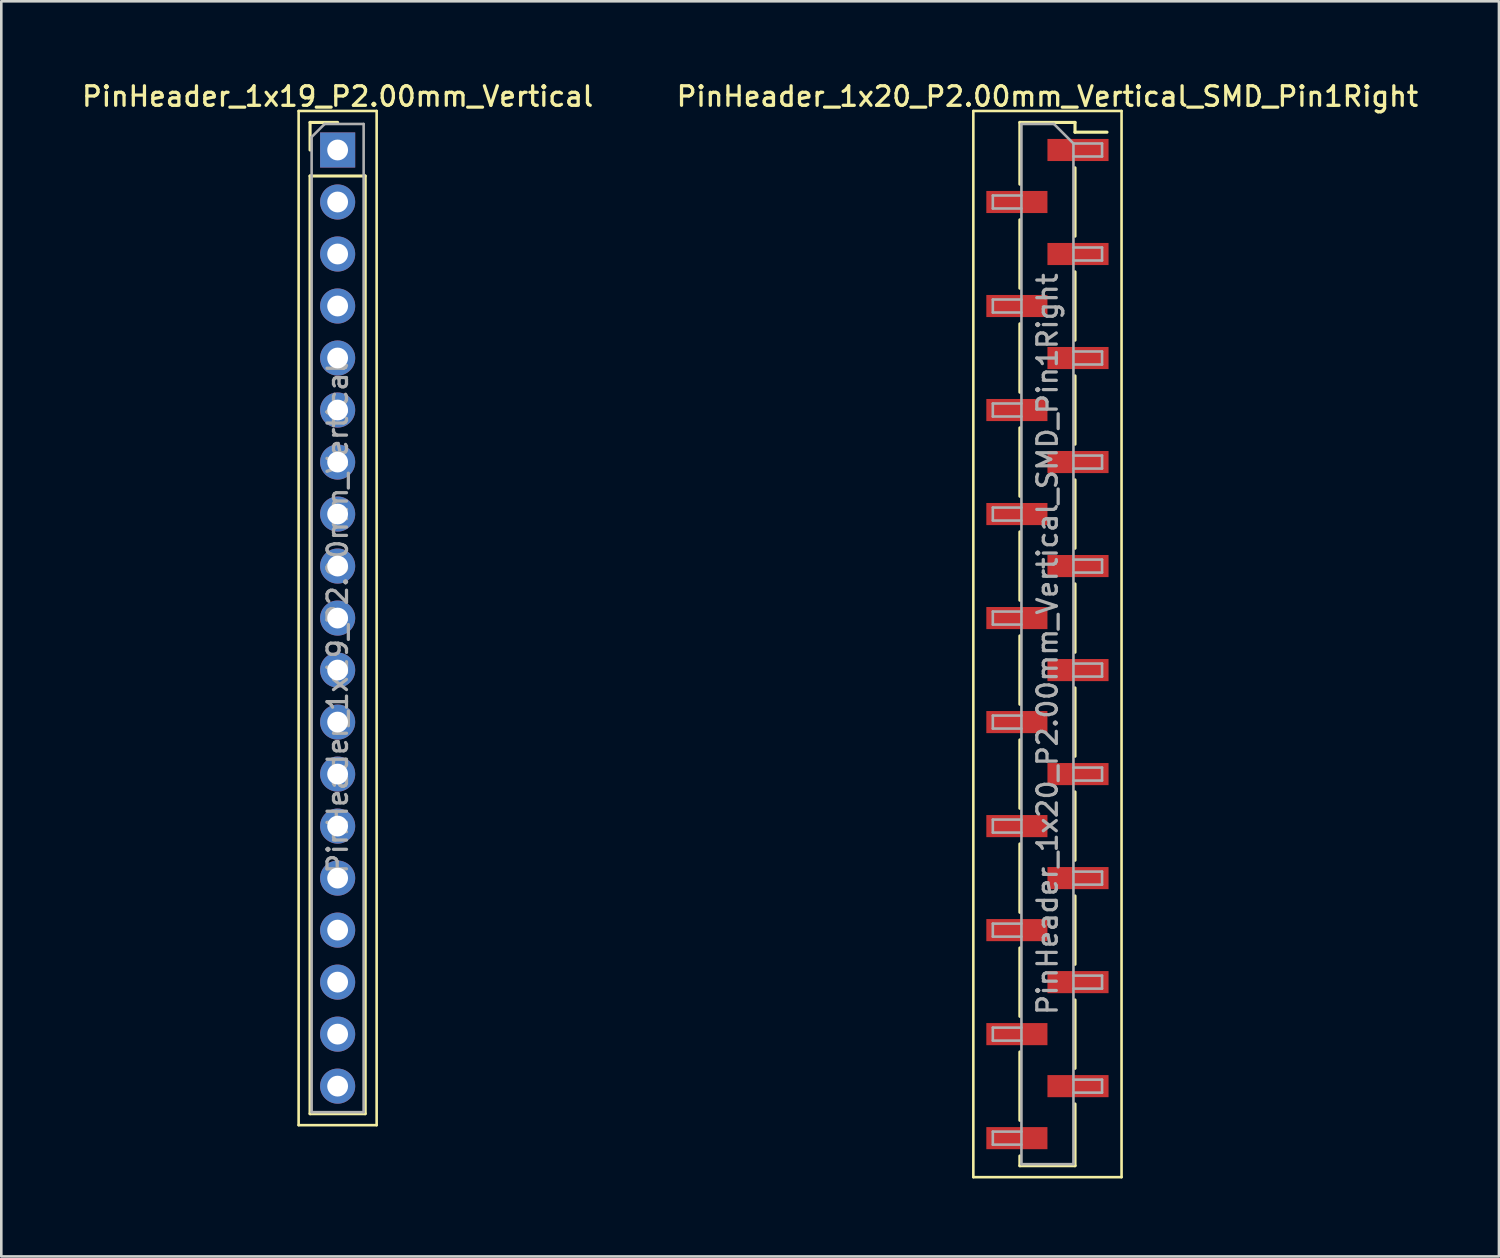
<source format=kicad_pcb>
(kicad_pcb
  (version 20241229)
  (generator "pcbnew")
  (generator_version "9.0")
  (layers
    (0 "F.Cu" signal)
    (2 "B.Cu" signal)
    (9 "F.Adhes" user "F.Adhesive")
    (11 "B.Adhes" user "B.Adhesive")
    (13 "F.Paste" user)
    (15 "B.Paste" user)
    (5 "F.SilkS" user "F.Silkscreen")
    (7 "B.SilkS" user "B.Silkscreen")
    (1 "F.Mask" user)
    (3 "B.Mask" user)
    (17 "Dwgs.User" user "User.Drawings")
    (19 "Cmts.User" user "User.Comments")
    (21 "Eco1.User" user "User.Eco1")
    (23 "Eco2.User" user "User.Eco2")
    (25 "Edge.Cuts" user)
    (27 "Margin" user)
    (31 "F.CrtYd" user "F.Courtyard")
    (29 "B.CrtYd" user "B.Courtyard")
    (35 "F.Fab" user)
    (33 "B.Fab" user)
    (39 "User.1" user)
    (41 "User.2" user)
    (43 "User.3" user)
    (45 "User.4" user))
  (footprint "PinHeader_1x19_P2.00mm_Vertical"
    (layer "F.Cu")
    (at 9.934 2.718)
    (property "Reference" "PinHeader_1x19_P2.00mm_Vertical" (at 0 -2.06 0) (layer "F.SilkS") (effects (font (size 0.75 0.75) (thickness 0.125))))
    (attr through_hole)
    (fp_line (start -1.5 -1.5) (end -1.5 37.5) (stroke (width 0.1) (type solid)) (layer "F.SilkS"))
    (fp_line (start -1.5 37.5) (end 1.5 37.5) (stroke (width 0.1) (type solid)) (layer "F.SilkS"))
    (fp_line (start -1.06 -1.06) (end 0 -1.06) (stroke (width 0.12) (type solid)) (layer "F.SilkS"))
    (fp_line (start -1.06 0) (end -1.06 -1.06) (stroke (width 0.12) (type solid)) (layer "F.SilkS"))
    (fp_line (start -1.06 1) (end -1.06 37.06) (stroke (width 0.12) (type solid)) (layer "F.SilkS"))
    (fp_line (start -1.06 1) (end 1.06 1) (stroke (width 0.12) (type solid)) (layer "F.SilkS"))
    (fp_line (start -1.06 37.06) (end 1.06 37.06) (stroke (width 0.12) (type solid)) (layer "F.SilkS"))
    (fp_line (start 1.06 1) (end 1.06 37.06) (stroke (width 0.12) (type solid)) (layer "F.SilkS"))
    (fp_line (start 1.5 -1.5) (end -1.5 -1.5) (stroke (width 0.1) (type solid)) (layer "F.SilkS"))
    (fp_line (start 1.5 37.5) (end 1.5 -1.5) (stroke (width 0.1) (type solid)) (layer "F.SilkS"))
    (fp_line (start -1 -0.5) (end -0.5 -1) (stroke (width 0.1) (type solid)) (layer "F.Fab"))
    (fp_line (start -1 37) (end -1 -0.5) (stroke (width 0.1) (type solid)) (layer "F.Fab"))
    (fp_line (start -0.5 -1) (end 1 -1) (stroke (width 0.1) (type solid)) (layer "F.Fab"))
    (fp_line (start 1 -1) (end 1 37) (stroke (width 0.1) (type solid)) (layer "F.Fab"))
    (fp_line (start 1 37) (end -1 37) (stroke (width 0.1) (type solid)) (layer "F.Fab"))
    (fp_text user "${REFERENCE}" (at 0 18 90) (layer "F.Fab") (effects (font (size 0.75 0.75) (thickness 0.125))))
    (pad "1" thru_hole rect (at 0 0) (size 1.35 1.35) (drill 0.8) (layers "*.Cu" "*.Mask"))
    (pad "2" thru_hole oval (at 0 2) (size 1.35 1.35) (drill 0.8) (layers "*.Cu" "*.Mask"))
    (pad "3" thru_hole oval (at 0 4) (size 1.35 1.35) (drill 0.8) (layers "*.Cu" "*.Mask"))
    (pad "4" thru_hole oval (at 0 6) (size 1.35 1.35) (drill 0.8) (layers "*.Cu" "*.Mask"))
    (pad "5" thru_hole oval (at 0 8) (size 1.35 1.35) (drill 0.8) (layers "*.Cu" "*.Mask"))
    (pad "6" thru_hole oval (at 0 10) (size 1.35 1.35) (drill 0.8) (layers "*.Cu" "*.Mask"))
    (pad "7" thru_hole oval (at 0 12) (size 1.35 1.35) (drill 0.8) (layers "*.Cu" "*.Mask"))
    (pad "8" thru_hole oval (at 0 14) (size 1.35 1.35) (drill 0.8) (layers "*.Cu" "*.Mask"))
    (pad "9" thru_hole oval (at 0 16) (size 1.35 1.35) (drill 0.8) (layers "*.Cu" "*.Mask"))
    (pad "10" thru_hole oval (at 0 18) (size 1.35 1.35) (drill 0.8) (layers "*.Cu" "*.Mask"))
    (pad "11" thru_hole oval (at 0 20) (size 1.35 1.35) (drill 0.8) (layers "*.Cu" "*.Mask"))
    (pad "12" thru_hole oval (at 0 22) (size 1.35 1.35) (drill 0.8) (layers "*.Cu" "*.Mask"))
    (pad "13" thru_hole oval (at 0 24) (size 1.35 1.35) (drill 0.8) (layers "*.Cu" "*.Mask"))
    (pad "14" thru_hole oval (at 0 26) (size 1.35 1.35) (drill 0.8) (layers "*.Cu" "*.Mask"))
    (pad "15" thru_hole oval (at 0 28) (size 1.35 1.35) (drill 0.8) (layers "*.Cu" "*.Mask"))
    (pad "16" thru_hole oval (at 0 30) (size 1.35 1.35) (drill 0.8) (layers "*.Cu" "*.Mask"))
    (pad "17" thru_hole oval (at 0 32) (size 1.35 1.35) (drill 0.8) (layers "*.Cu" "*.Mask"))
    (pad "18" thru_hole oval (at 0 34) (size 1.35 1.35) (drill 0.8) (layers "*.Cu" "*.Mask"))
    (pad "19" thru_hole oval (at 0 36) (size 1.35 1.35) (drill 0.8) (layers "*.Cu" "*.Mask")))
  (footprint "PinHeader_1x20_P2.00mm_Vertical_SMD_Pin1Right"
    (layer "F.Cu")
    (at 37.23 21.718)
    (property "Reference" "PinHeader_1x20_P2.00mm_Vertical_SMD_Pin1Right" (at 0 -21.06 0) (layer "F.SilkS") (effects (font (size 0.75 0.75) (thickness 0.125))))
    (attr smd)
    (fp_line (start -2.85 -20.5) (end -2.85 20.5) (stroke (width 0.1) (type solid)) (layer "F.SilkS"))
    (fp_line (start -2.85 20.5) (end 2.85 20.5) (stroke (width 0.1) (type solid)) (layer "F.SilkS"))
    (fp_line (start -1.06 -20.06) (end -1.06 -17.685) (stroke (width 0.12) (type solid)) (layer "F.SilkS"))
    (fp_line (start -1.06 -20.06) (end 1.06 -20.06) (stroke (width 0.12) (type solid)) (layer "F.SilkS"))
    (fp_line (start -1.06 -16.315) (end -1.06 -13.685) (stroke (width 0.12) (type solid)) (layer "F.SilkS"))
    (fp_line (start -1.06 -12.315) (end -1.06 -9.685) (stroke (width 0.12) (type solid)) (layer "F.SilkS"))
    (fp_line (start -1.06 -8.315) (end -1.06 -5.685) (stroke (width 0.12) (type solid)) (layer "F.SilkS"))
    (fp_line (start -1.06 -4.315) (end -1.06 -1.685) (stroke (width 0.12) (type solid)) (layer "F.SilkS"))
    (fp_line (start -1.06 -0.315) (end -1.06 2.315) (stroke (width 0.12) (type solid)) (layer "F.SilkS"))
    (fp_line (start -1.06 3.685) (end -1.06 6.315) (stroke (width 0.12) (type solid)) (layer "F.SilkS"))
    (fp_line (start -1.06 7.685) (end -1.06 10.315) (stroke (width 0.12) (type solid)) (layer "F.SilkS"))
    (fp_line (start -1.06 11.685) (end -1.06 14.315) (stroke (width 0.12) (type solid)) (layer "F.SilkS"))
    (fp_line (start -1.06 15.685) (end -1.06 18.315) (stroke (width 0.12) (type solid)) (layer "F.SilkS"))
    (fp_line (start -1.06 19.685) (end -1.06 20.06) (stroke (width 0.12) (type solid)) (layer "F.SilkS"))
    (fp_line (start -1.06 20.06) (end 1.06 20.06) (stroke (width 0.12) (type solid)) (layer "F.SilkS"))
    (fp_line (start 1.06 -20.06) (end 1.06 -19.685) (stroke (width 0.12) (type solid)) (layer "F.SilkS"))
    (fp_line (start 1.06 -19.685) (end 2.29 -19.685) (stroke (width 0.12) (type solid)) (layer "F.SilkS"))
    (fp_line (start 1.06 -18.315) (end 1.06 -15.685) (stroke (width 0.12) (type solid)) (layer "F.SilkS"))
    (fp_line (start 1.06 -14.315) (end 1.06 -11.685) (stroke (width 0.12) (type solid)) (layer "F.SilkS"))
    (fp_line (start 1.06 -10.315) (end 1.06 -7.685) (stroke (width 0.12) (type solid)) (layer "F.SilkS"))
    (fp_line (start 1.06 -6.315) (end 1.06 -3.685) (stroke (width 0.12) (type solid)) (layer "F.SilkS"))
    (fp_line (start 1.06 -2.315) (end 1.06 0.315) (stroke (width 0.12) (type solid)) (layer "F.SilkS"))
    (fp_line (start 1.06 1.685) (end 1.06 4.315) (stroke (width 0.12) (type solid)) (layer "F.SilkS"))
    (fp_line (start 1.06 5.685) (end 1.06 8.315) (stroke (width 0.12) (type solid)) (layer "F.SilkS"))
    (fp_line (start 1.06 9.685) (end 1.06 12.315) (stroke (width 0.12) (type solid)) (layer "F.SilkS"))
    (fp_line (start 1.06 13.685) (end 1.06 16.315) (stroke (width 0.12) (type solid)) (layer "F.SilkS"))
    (fp_line (start 1.06 17.685) (end 1.06 20.06) (stroke (width 0.12) (type solid)) (layer "F.SilkS"))
    (fp_line (start 2.85 -20.5) (end -2.85 -20.5) (stroke (width 0.1) (type solid)) (layer "F.SilkS"))
    (fp_line (start 2.85 20.5) (end 2.85 -20.5) (stroke (width 0.1) (type solid)) (layer "F.SilkS"))
    (fp_line (start -2.1 -17.25) (end -2.1 -16.75) (stroke (width 0.1) (type solid)) (layer "F.Fab"))
    (fp_line (start -2.1 -16.75) (end -1 -16.75) (stroke (width 0.1) (type solid)) (layer "F.Fab"))
    (fp_line (start -2.1 -13.25) (end -2.1 -12.75) (stroke (width 0.1) (type solid)) (layer "F.Fab"))
    (fp_line (start -2.1 -12.75) (end -1 -12.75) (stroke (width 0.1) (type solid)) (layer "F.Fab"))
    (fp_line (start -2.1 -9.25) (end -2.1 -8.75) (stroke (width 0.1) (type solid)) (layer "F.Fab"))
    (fp_line (start -2.1 -8.75) (end -1 -8.75) (stroke (width 0.1) (type solid)) (layer "F.Fab"))
    (fp_line (start -2.1 -5.25) (end -2.1 -4.75) (stroke (width 0.1) (type solid)) (layer "F.Fab"))
    (fp_line (start -2.1 -4.75) (end -1 -4.75) (stroke (width 0.1) (type solid)) (layer "F.Fab"))
    (fp_line (start -2.1 -1.25) (end -2.1 -0.75) (stroke (width 0.1) (type solid)) (layer "F.Fab"))
    (fp_line (start -2.1 -0.75) (end -1 -0.75) (stroke (width 0.1) (type solid)) (layer "F.Fab"))
    (fp_line (start -2.1 2.75) (end -2.1 3.25) (stroke (width 0.1) (type solid)) (layer "F.Fab"))
    (fp_line (start -2.1 3.25) (end -1 3.25) (stroke (width 0.1) (type solid)) (layer "F.Fab"))
    (fp_line (start -2.1 6.75) (end -2.1 7.25) (stroke (width 0.1) (type solid)) (layer "F.Fab"))
    (fp_line (start -2.1 7.25) (end -1 7.25) (stroke (width 0.1) (type solid)) (layer "F.Fab"))
    (fp_line (start -2.1 10.75) (end -2.1 11.25) (stroke (width 0.1) (type solid)) (layer "F.Fab"))
    (fp_line (start -2.1 11.25) (end -1 11.25) (stroke (width 0.1) (type solid)) (layer "F.Fab"))
    (fp_line (start -2.1 14.75) (end -2.1 15.25) (stroke (width 0.1) (type solid)) (layer "F.Fab"))
    (fp_line (start -2.1 15.25) (end -1 15.25) (stroke (width 0.1) (type solid)) (layer "F.Fab"))
    (fp_line (start -2.1 18.75) (end -2.1 19.25) (stroke (width 0.1) (type solid)) (layer "F.Fab"))
    (fp_line (start -2.1 19.25) (end -1 19.25) (stroke (width 0.1) (type solid)) (layer "F.Fab"))
    (fp_line (start -1 -20) (end -1 20) (stroke (width 0.1) (type solid)) (layer "F.Fab"))
    (fp_line (start -1 -20) (end 0.25 -20) (stroke (width 0.1) (type solid)) (layer "F.Fab"))
    (fp_line (start -1 -17.25) (end -2.1 -17.25) (stroke (width 0.1) (type solid)) (layer "F.Fab"))
    (fp_line (start -1 -13.25) (end -2.1 -13.25) (stroke (width 0.1) (type solid)) (layer "F.Fab"))
    (fp_line (start -1 -9.25) (end -2.1 -9.25) (stroke (width 0.1) (type solid)) (layer "F.Fab"))
    (fp_line (start -1 -5.25) (end -2.1 -5.25) (stroke (width 0.1) (type solid)) (layer "F.Fab"))
    (fp_line (start -1 -1.25) (end -2.1 -1.25) (stroke (width 0.1) (type solid)) (layer "F.Fab"))
    (fp_line (start -1 2.75) (end -2.1 2.75) (stroke (width 0.1) (type solid)) (layer "F.Fab"))
    (fp_line (start -1 6.75) (end -2.1 6.75) (stroke (width 0.1) (type solid)) (layer "F.Fab"))
    (fp_line (start -1 10.75) (end -2.1 10.75) (stroke (width 0.1) (type solid)) (layer "F.Fab"))
    (fp_line (start -1 14.75) (end -2.1 14.75) (stroke (width 0.1) (type solid)) (layer "F.Fab"))
    (fp_line (start -1 18.75) (end -2.1 18.75) (stroke (width 0.1) (type solid)) (layer "F.Fab"))
    (fp_line (start 1 -19.25) (end 0.25 -20) (stroke (width 0.1) (type solid)) (layer "F.Fab"))
    (fp_line (start 1 -19.25) (end 2.1 -19.25) (stroke (width 0.1) (type solid)) (layer "F.Fab"))
    (fp_line (start 1 -15.25) (end 2.1 -15.25) (stroke (width 0.1) (type solid)) (layer "F.Fab"))
    (fp_line (start 1 -11.25) (end 2.1 -11.25) (stroke (width 0.1) (type solid)) (layer "F.Fab"))
    (fp_line (start 1 -7.25) (end 2.1 -7.25) (stroke (width 0.1) (type solid)) (layer "F.Fab"))
    (fp_line (start 1 -3.25) (end 2.1 -3.25) (stroke (width 0.1) (type solid)) (layer "F.Fab"))
    (fp_line (start 1 0.75) (end 2.1 0.75) (stroke (width 0.1) (type solid)) (layer "F.Fab"))
    (fp_line (start 1 4.75) (end 2.1 4.75) (stroke (width 0.1) (type solid)) (layer "F.Fab"))
    (fp_line (start 1 8.75) (end 2.1 8.75) (stroke (width 0.1) (type solid)) (layer "F.Fab"))
    (fp_line (start 1 12.75) (end 2.1 12.75) (stroke (width 0.1) (type solid)) (layer "F.Fab"))
    (fp_line (start 1 16.75) (end 2.1 16.75) (stroke (width 0.1) (type solid)) (layer "F.Fab"))
    (fp_line (start 1 20) (end -1 20) (stroke (width 0.1) (type solid)) (layer "F.Fab"))
    (fp_line (start 1 20) (end 1 -19.25) (stroke (width 0.1) (type solid)) (layer "F.Fab"))
    (fp_line (start 2.1 -19.25) (end 2.1 -18.75) (stroke (width 0.1) (type solid)) (layer "F.Fab"))
    (fp_line (start 2.1 -18.75) (end 1 -18.75) (stroke (width 0.1) (type solid)) (layer "F.Fab"))
    (fp_line (start 2.1 -15.25) (end 2.1 -14.75) (stroke (width 0.1) (type solid)) (layer "F.Fab"))
    (fp_line (start 2.1 -14.75) (end 1 -14.75) (stroke (width 0.1) (type solid)) (layer "F.Fab"))
    (fp_line (start 2.1 -11.25) (end 2.1 -10.75) (stroke (width 0.1) (type solid)) (layer "F.Fab"))
    (fp_line (start 2.1 -10.75) (end 1 -10.75) (stroke (width 0.1) (type solid)) (layer "F.Fab"))
    (fp_line (start 2.1 -7.25) (end 2.1 -6.75) (stroke (width 0.1) (type solid)) (layer "F.Fab"))
    (fp_line (start 2.1 -6.75) (end 1 -6.75) (stroke (width 0.1) (type solid)) (layer "F.Fab"))
    (fp_line (start 2.1 -3.25) (end 2.1 -2.75) (stroke (width 0.1) (type solid)) (layer "F.Fab"))
    (fp_line (start 2.1 -2.75) (end 1 -2.75) (stroke (width 0.1) (type solid)) (layer "F.Fab"))
    (fp_line (start 2.1 0.75) (end 2.1 1.25) (stroke (width 0.1) (type solid)) (layer "F.Fab"))
    (fp_line (start 2.1 1.25) (end 1 1.25) (stroke (width 0.1) (type solid)) (layer "F.Fab"))
    (fp_line (start 2.1 4.75) (end 2.1 5.25) (stroke (width 0.1) (type solid)) (layer "F.Fab"))
    (fp_line (start 2.1 5.25) (end 1 5.25) (stroke (width 0.1) (type solid)) (layer "F.Fab"))
    (fp_line (start 2.1 8.75) (end 2.1 9.25) (stroke (width 0.1) (type solid)) (layer "F.Fab"))
    (fp_line (start 2.1 9.25) (end 1 9.25) (stroke (width 0.1) (type solid)) (layer "F.Fab"))
    (fp_line (start 2.1 12.75) (end 2.1 13.25) (stroke (width 0.1) (type solid)) (layer "F.Fab"))
    (fp_line (start 2.1 13.25) (end 1 13.25) (stroke (width 0.1) (type solid)) (layer "F.Fab"))
    (fp_line (start 2.1 16.75) (end 2.1 17.25) (stroke (width 0.1) (type solid)) (layer "F.Fab"))
    (fp_line (start 2.1 17.25) (end 1 17.25) (stroke (width 0.1) (type solid)) (layer "F.Fab"))
    (fp_text user "${REFERENCE}" (at 0 0 90) (layer "F.Fab") (effects (font (size 0.75 0.75) (thickness 0.125))))
    (pad "1" smd rect (at 1.175 -19) (size 2.35 0.85) (layers "F.Cu" "F.Mask" "F.Paste"))
    (pad "2" smd rect (at -1.175 -17) (size 2.35 0.85) (layers "F.Cu" "F.Mask" "F.Paste"))
    (pad "3" smd rect (at 1.175 -15) (size 2.35 0.85) (layers "F.Cu" "F.Mask" "F.Paste"))
    (pad "4" smd rect (at -1.175 -13) (size 2.35 0.85) (layers "F.Cu" "F.Mask" "F.Paste"))
    (pad "5" smd rect (at 1.175 -11) (size 2.35 0.85) (layers "F.Cu" "F.Mask" "F.Paste"))
    (pad "6" smd rect (at -1.175 -9) (size 2.35 0.85) (layers "F.Cu" "F.Mask" "F.Paste"))
    (pad "7" smd rect (at 1.175 -7) (size 2.35 0.85) (layers "F.Cu" "F.Mask" "F.Paste"))
    (pad "8" smd rect (at -1.175 -5) (size 2.35 0.85) (layers "F.Cu" "F.Mask" "F.Paste"))
    (pad "9" smd rect (at 1.175 -3) (size 2.35 0.85) (layers "F.Cu" "F.Mask" "F.Paste"))
    (pad "10" smd rect (at -1.175 -1) (size 2.35 0.85) (layers "F.Cu" "F.Mask" "F.Paste"))
    (pad "11" smd rect (at 1.175 1) (size 2.35 0.85) (layers "F.Cu" "F.Mask" "F.Paste"))
    (pad "12" smd rect (at -1.175 3) (size 2.35 0.85) (layers "F.Cu" "F.Mask" "F.Paste"))
    (pad "13" smd rect (at 1.175 5) (size 2.35 0.85) (layers "F.Cu" "F.Mask" "F.Paste"))
    (pad "14" smd rect (at -1.175 7) (size 2.35 0.85) (layers "F.Cu" "F.Mask" "F.Paste"))
    (pad "15" smd rect (at 1.175 9) (size 2.35 0.85) (layers "F.Cu" "F.Mask" "F.Paste"))
    (pad "16" smd rect (at -1.175 11) (size 2.35 0.85) (layers "F.Cu" "F.Mask" "F.Paste"))
    (pad "17" smd rect (at 1.175 13) (size 2.35 0.85) (layers "F.Cu" "F.Mask" "F.Paste"))
    (pad "18" smd rect (at -1.175 15) (size 2.35 0.85) (layers "F.Cu" "F.Mask" "F.Paste"))
    (pad "19" smd rect (at 1.175 17) (size 2.35 0.85) (layers "F.Cu" "F.Mask" "F.Paste"))
    (pad "20" smd rect (at -1.175 19) (size 2.35 0.85) (layers "F.Cu" "F.Mask" "F.Paste")))
  (gr_rect
    (start -3 -3)
    (end 54.593 45.268)
    (stroke (width 0.1) (type default))
    (fill no)
    (layer "Edge.Cuts")))
</source>
